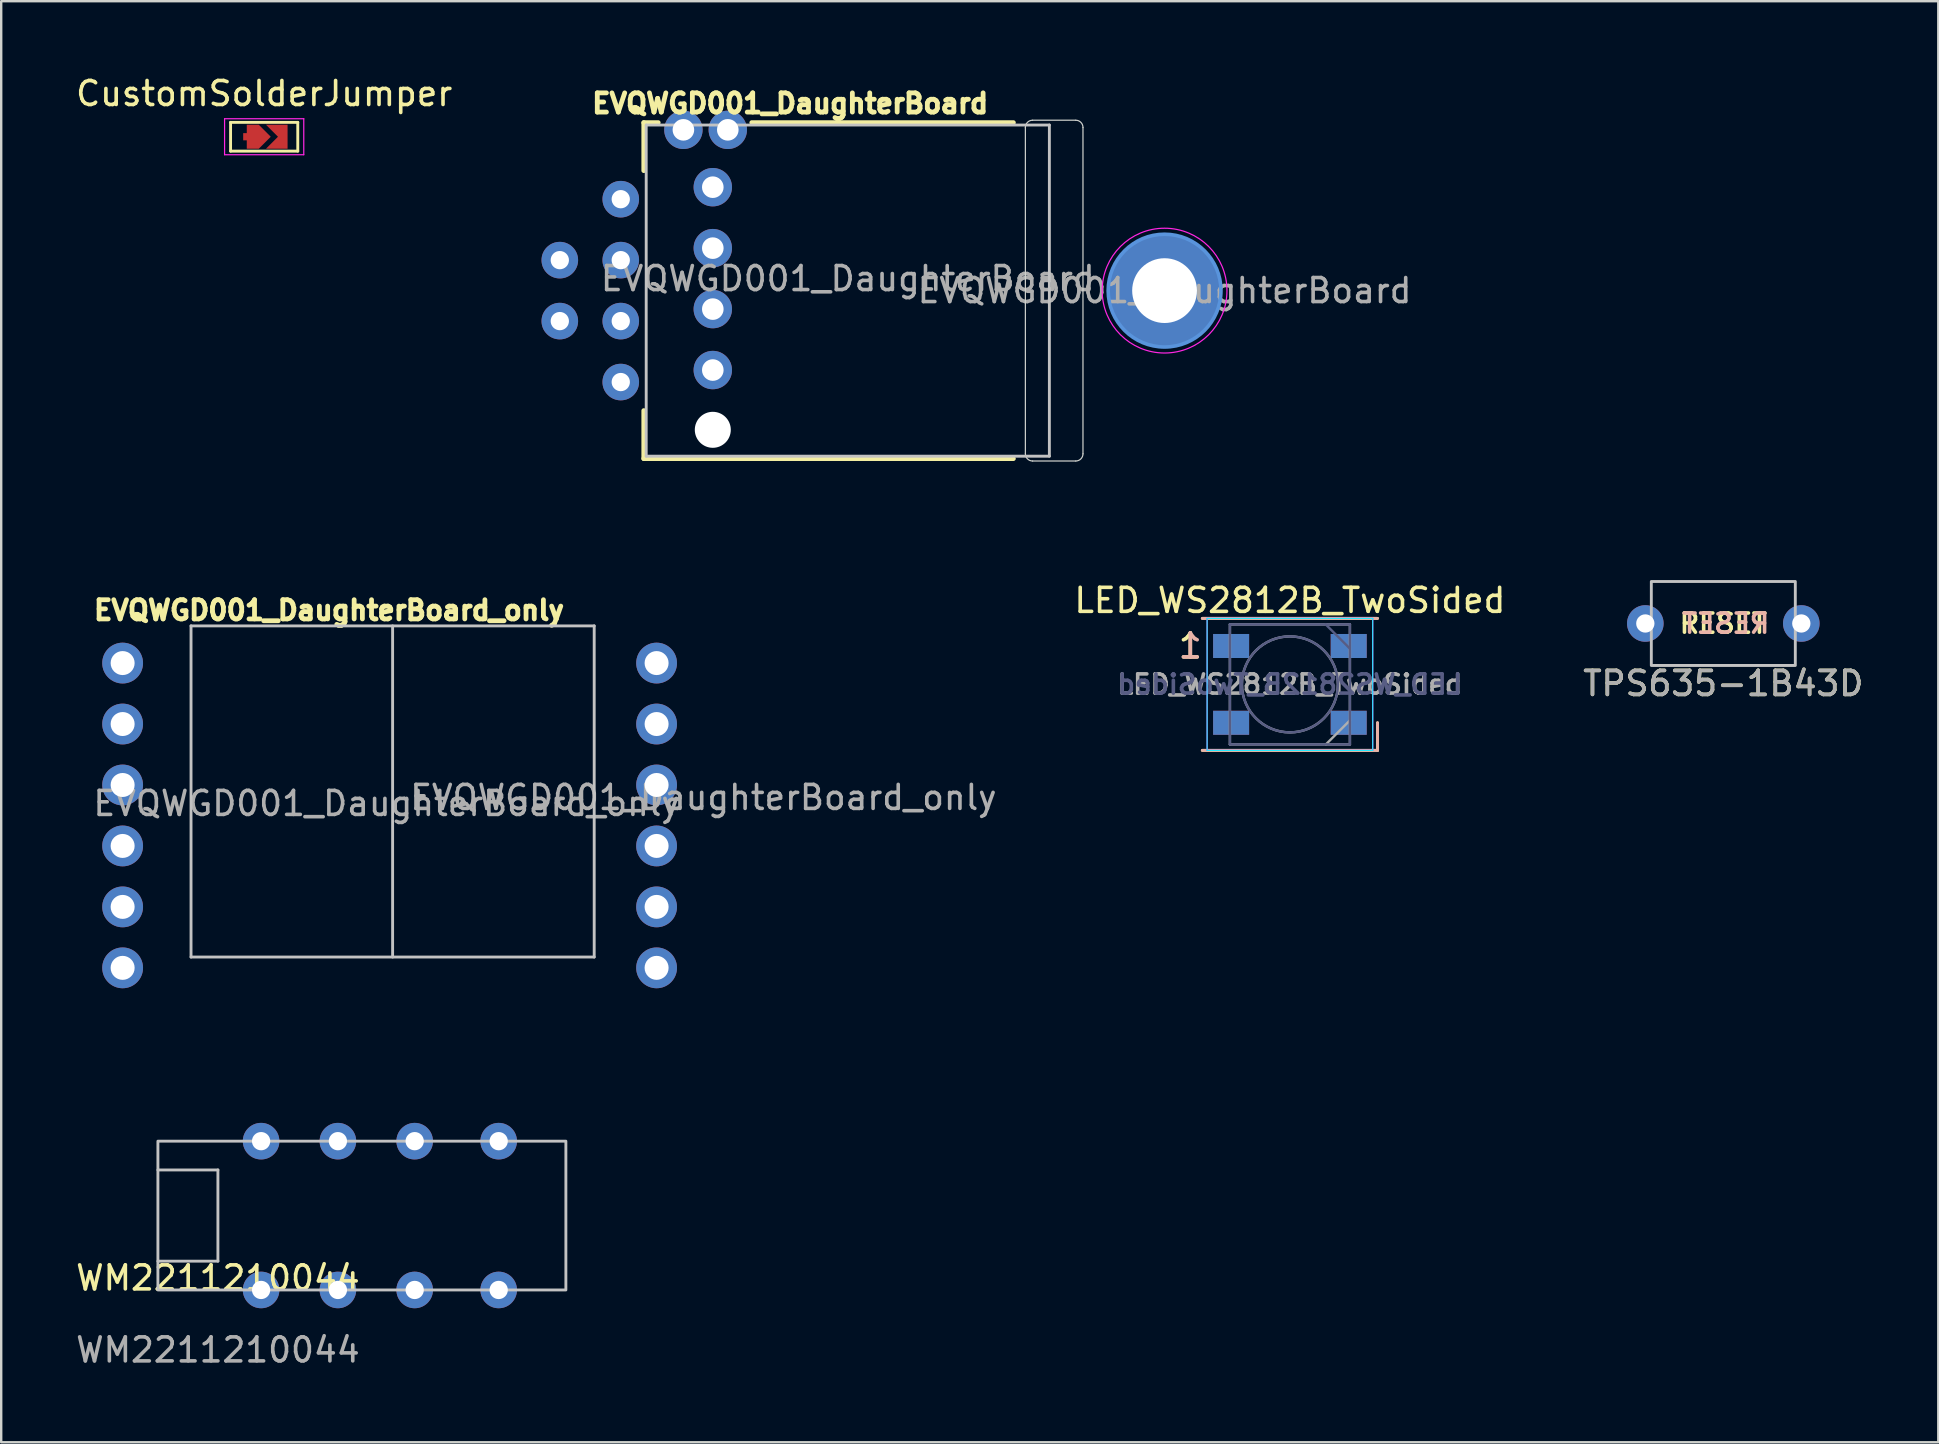
<source format=kicad_pcb>
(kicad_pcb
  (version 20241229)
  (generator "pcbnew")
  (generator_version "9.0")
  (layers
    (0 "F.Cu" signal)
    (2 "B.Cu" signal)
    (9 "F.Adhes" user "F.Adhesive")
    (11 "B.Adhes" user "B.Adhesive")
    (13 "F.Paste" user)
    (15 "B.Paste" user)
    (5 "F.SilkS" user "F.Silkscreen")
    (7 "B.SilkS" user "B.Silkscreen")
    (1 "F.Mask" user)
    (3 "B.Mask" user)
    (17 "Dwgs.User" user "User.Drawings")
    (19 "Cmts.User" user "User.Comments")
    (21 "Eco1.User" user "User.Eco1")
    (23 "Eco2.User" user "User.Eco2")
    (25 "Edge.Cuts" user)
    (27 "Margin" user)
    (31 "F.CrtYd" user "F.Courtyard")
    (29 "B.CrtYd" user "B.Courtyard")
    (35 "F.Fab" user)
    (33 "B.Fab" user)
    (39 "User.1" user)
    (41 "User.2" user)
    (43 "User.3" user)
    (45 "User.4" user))
  (footprint "TPS635-1B43D"
    (layer "F.Cu")
    (at 68.76 22.93)
    (property "Reference" "TPS635-1B43D" (at 0 2.5 0) (unlocked yes) (layer "F.SilkS") (effects (font (size 1 1) (thickness 0.15))))
    (attr through_hole)
    (fp_rect (start -3 -1.75) (end 3 1.75) (stroke (width 0.12) (type solid)) (fill no) (layer "Dwgs.User"))
    (fp_text user "RESET" (at 0 0 0) (layer "F.SilkS") (effects (font (size 0.8 0.8) (thickness 0.15))))
    (fp_text user "RESET" (at 0.1 0 0) (layer "B.SilkS") (effects (font (size 0.8 0.8) (thickness 0.15)) (justify mirror)))
    (fp_text user "${REFERENCE}" (at 0 2.5 0) (unlocked yes) (layer "F.Fab") (effects (font (size 1 1) (thickness 0.15))))
    (pad "1" thru_hole circle (at -3.25 0) (size 1.524 1.524) (drill 0.762) (layers "*.Cu" "*.Mask"))
    (pad "2" thru_hole circle (at 3.25 0) (size 1.524 1.524) (drill 0.762) (layers "*.Cu" "*.Mask")))
  (footprint "EVQWGD001_DaughterBoard"
    (layer "F.Cu")
    (at 32.977 9.06)
    (property "Reference" "EVQWGD001_DaughterBoard" (at -0.7 -0.5 0) (layer "F.Fab") (effects (font (size 1 1) (thickness 0.15))))
    (attr through_hole)
    (fp_line (start -9.2 -7) (end -9.2 -5) (stroke (width 0.2) (type solid)) (layer "F.SilkS"))
    (fp_line (start -9.2 5) (end -9.2 7) (stroke (width 0.2) (type solid)) (layer "F.SilkS"))
    (fp_line (start -9.2 7) (end 6.2 7) (stroke (width 0.2) (type solid)) (layer "F.SilkS"))
    (fp_line (start -8.6 -7) (end -9.2 -7) (stroke (width 0.2) (type solid)) (layer "F.SilkS"))
    (fp_line (start 6.2 -7) (end -4.7 -7) (stroke (width 0.2) (type solid)) (layer "F.SilkS"))
    (fp_line (start -9.1 -6.9) (end 7.7 -6.9) (stroke (width 0.12) (type solid)) (layer "Dwgs.User"))
    (fp_line (start -9.1 6.9) (end -9.1 -6.9) (stroke (width 0.12) (type solid)) (layer "Dwgs.User"))
    (fp_line (start 7.7 -6.9) (end 7.7 6.9) (stroke (width 0.12) (type solid)) (layer "Dwgs.User"))
    (fp_line (start 7.7 6.9) (end -9.1 6.9) (stroke (width 0.12) (type solid)) (layer "Dwgs.User"))
    (fp_circle (center 12.5 0) (end 14.85 0) (stroke (width 0.15) (type solid)) (fill no) (layer "Cmts.User"))
    (fp_line (start -14 1) (end -14 -1) (stroke (width 0.12) (type solid)) (layer "Eco1.User"))
    (fp_line (start 8 9) (end -6 9) (stroke (width 0.12) (type solid)) (layer "Eco1.User"))
    (fp_line (start 8 -9) (end -6 -9) (stroke (width 0.12) (type solid)) (layer "Eco1.User"))
    (fp_line (start 11 -6.08) (end 11 -4) (stroke (width 0.12) (type solid)) (layer "Eco1.User"))
    (fp_line (start 11 4) (end 11 6) (stroke (width 0.12) (type solid)) (layer "Eco1.User"))
    (fp_line (start 12.5 -3) (end 12 -3) (stroke (width 0.12) (type solid)) (layer "Eco1.User"))
    (fp_line (start 12.5 3) (end 12 3) (stroke (width 0.12) (type solid)) (layer "Eco1.User"))
    (fp_arc (start -14.000001 -1.000001) (mid -11.656855 -6.656855) (end -6.000001 -9.000001) (stroke (width 0.12) (type solid)) (layer "Eco1.User"))
    (fp_arc (start -6.000001 9.000001) (mid -11.656855 6.656855) (end -14.000001 1.000001) (stroke (width 0.12) (type solid)) (layer "Eco1.User"))
    (fp_arc (start 8.00001 -9) (mid 10.093231 -8.149476) (end 11 -6.08) (stroke (width 0.12) (type solid)) (layer "Eco1.User"))
    (fp_arc (start 11 4) (mid 11.292893 3.292893) (end 12 3) (stroke (width 0.12) (type solid)) (layer "Eco1.User"))
    (fp_arc (start 11 6.000008) (mid 10.097702 8.097708) (end 8 9) (stroke (width 0.12) (type solid)) (layer "Eco1.User"))
    (fp_arc (start 12 -3) (mid 11.292893 -3.292893) (end 11 -4) (stroke (width 0.12) (type solid)) (layer "Eco1.User"))
    (fp_arc (start 12.5 -3) (mid 15.5 0) (end 12.5 3) (stroke (width 0.12) (type solid)) (layer "Eco1.User"))
    (fp_line (start 6.7 -6.8) (end 6.7 6.8) (stroke (width 0.05) (type solid)) (layer "Edge.Cuts"))
    (fp_line (start 7 7.1) (end 8.8 7.1) (stroke (width 0.05) (type solid)) (layer "Edge.Cuts"))
    (fp_line (start 8.8 -7.1) (end 7 -7.1) (stroke (width 0.05) (type solid)) (layer "Edge.Cuts"))
    (fp_line (start 9.1 6.8) (end 9.1 -6.8) (stroke (width 0.05) (type solid)) (layer "Edge.Cuts"))
    (fp_arc (start 6.7 -6.8) (mid 6.787868 -7.012132) (end 7 -7.1) (stroke (width 0.05) (type solid)) (layer "Edge.Cuts"))
    (fp_arc (start 7 7.1) (mid 6.787868 7.012132) (end 6.7 6.8) (stroke (width 0.05) (type solid)) (layer "Edge.Cuts"))
    (fp_arc (start 8.8 -7.1) (mid 9.012132 -7.012132) (end 9.1 -6.8) (stroke (width 0.05) (type solid)) (layer "Edge.Cuts"))
    (fp_arc (start 9.1 6.8) (mid 9.012132 7.012132) (end 8.8 7.1) (stroke (width 0.05) (type solid)) (layer "Edge.Cuts"))
    (fp_circle (center 12.5 0) (end 15.1 0) (stroke (width 0.05) (type solid)) (fill no) (layer "F.CrtYd"))
    (fp_text user "${REFERENCE}" (at -3.1 -7.8 0) (layer "F.SilkS") (effects (font (size 0.8 0.8) (thickness 0.2))))
    (fp_text user "${REFERENCE}" (at 12.5 0 0) (layer "F.Fab") (effects (font (size 1 1) (thickness 0.15))))
    (pad "" np_thru_hole circle (at -6.325 5.8) (size 1.5 1.5) (drill 1.5) (layers "*.Cu" "*.Mask"))
    (pad "1" thru_hole circle (at 12.5 0) (size 4.7 4.7) (drill 2.7) (layers "*.Cu" "*.Mask"))
    (pad "A" thru_hole circle (at -12.7 -1.27) (size 1.524 1.524) (drill 0.762) (layers "*.Cu" "*.Mask"))
    (pad "A" thru_hole circle (at -6.325 -4.31) (size 1.6 1.6) (drill 0.9) (layers "*.Cu" "*.Mask"))
    (pad "B" thru_hole circle (at -10.16 1.27) (size 1.524 1.524) (drill 0.762) (layers "*.Cu" "*.Mask"))
    (pad "B" thru_hole circle (at -6.325 -1.77) (size 1.6 1.6) (drill 0.9) (layers "*.Cu" "*.Mask"))
    (pad "C" thru_hole circle (at -12.7 1.27) (size 1.524 1.524) (drill 0.762) (layers "*.Cu" "*.Mask"))
    (pad "C" thru_hole circle (at -6.325 0.77) (size 1.6 1.6) (drill 0.9) (layers "*.Cu" "*.Mask"))
    (pad "D" thru_hole circle (at -10.16 3.81) (size 1.524 1.524) (drill 0.762) (layers "*.Cu" "*.Mask"))
    (pad "D" thru_hole circle (at -6.325 3.31) (size 1.6 1.6) (drill 0.9) (layers "*.Cu" "*.Mask"))
    (pad "S1" thru_hole circle (at -10.16 -1.27) (size 1.524 1.524) (drill 0.762) (layers "*.Cu" "*.Mask"))
    (pad "S1" thru_hole circle (at -7.55 -6.7) (size 1.6 1.6) (drill 0.9) (layers "*.Cu" "*.Mask"))
    (pad "S2" thru_hole circle (at -10.16 -3.81) (size 1.524 1.524) (drill 0.762) (layers "*.Cu" "*.Mask"))
    (pad "S2" thru_hole circle (at -5.7 -6.7) (size 1.6 1.6) (drill 0.9) (layers "*.Cu" "*.Mask")))
  (footprint "CustomSolderJumper"
    (layer "F.Cu")
    (at 7.958 2.648)
    (property "Reference" "CustomSolderJumper" (at 0 -1.8 0) (layer "F.SilkS") (effects (font (size 1 1) (thickness 0.15))))
    (attr exclude_from_pos_files exclude_from_bom)
    (fp_line (start -1.4 -0.6) (end 1.4 -0.6) (stroke (width 0.12) (type solid)) (layer "F.SilkS"))
    (fp_line (start -1.4 0.6) (end -1.4 -0.6) (stroke (width 0.12) (type solid)) (layer "F.SilkS"))
    (fp_line (start 1.4 -0.6) (end 1.4 0.6) (stroke (width 0.12) (type solid)) (layer "F.SilkS"))
    (fp_line (start 1.4 0.6) (end -1.4 0.6) (stroke (width 0.12) (type solid)) (layer "F.SilkS"))
    (fp_line (start -1.65 -0.75) (end -1.65 0.75) (stroke (width 0.05) (type solid)) (layer "F.CrtYd"))
    (fp_line (start -1.65 -0.75) (end 1.65 -0.75) (stroke (width 0.05) (type solid)) (layer "F.CrtYd"))
    (fp_line (start 1.65 0.75) (end -1.65 0.75) (stroke (width 0.05) (type solid)) (layer "F.CrtYd"))
    (fp_line (start 1.65 0.75) (end 1.65 -0.75) (stroke (width 0.05) (type solid)) (layer "F.CrtYd"))
    (pad "1" smd custom (at -0.725 0) (size 0.3 0.3) (layers "F.Cu" "F.Mask") (options (anchor rect)) (primitives (gr_poly (pts (xy 1 0) (xy 0.5 0.5) (xy 0 0.5) (xy 0 -0.5) (xy 0.5 -0.5)) (width 0) (fill yes))))
    (pad "2" smd custom (at 0.725 0) (size 0.3 0.3) (layers "F.Cu" "F.Mask") (options (anchor rect)) (primitives (gr_poly (pts (xy 0.25 0.5) (xy -0.65 0.5) (xy -0.15 0) (xy -0.65 -0.5) (xy 0.25 -0.5)) (width 0) (fill yes)))))
  (footprint "LED_WS2812B_TwoSided"
    (layer "F.Cu")
    (at 50.7 25.468)
    (property "Reference" "LED_WS2812B_TwoSided" (at 0 -3.5 0) (layer "F.SilkS") (effects (font (size 1 1) (thickness 0.15))))
    (attr smd)
    (fp_line (start -3.65 -2.75) (end 3.65 -2.75) (stroke (width 0.12) (type solid)) (layer "F.SilkS"))
    (fp_line (start -3.65 2.75) (end 3.65 2.75) (stroke (width 0.12) (type solid)) (layer "F.SilkS"))
    (fp_line (start 3.65 2.75) (end 3.65 1.6) (stroke (width 0.12) (type solid)) (layer "F.SilkS"))
    (fp_line (start -3.65 -2.75) (end 3.65 -2.75) (stroke (width 0.12) (type solid)) (layer "B.SilkS"))
    (fp_line (start -3.65 2.75) (end 3.65 2.75) (stroke (width 0.12) (type solid)) (layer "B.SilkS"))
    (fp_line (start 3.65 2.75) (end 3.65 1.6) (stroke (width 0.12) (type solid)) (layer "B.SilkS"))
    (fp_line (start -3.45 -2.75) (end -3.45 2.75) (stroke (width 0.05) (type solid)) (layer "B.CrtYd"))
    (fp_line (start -3.45 2.75) (end 3.45 2.75) (stroke (width 0.05) (type solid)) (layer "B.CrtYd"))
    (fp_line (start 3.45 -2.75) (end -3.45 -2.75) (stroke (width 0.05) (type solid)) (layer "B.CrtYd"))
    (fp_line (start 3.45 2.75) (end 3.45 -2.75) (stroke (width 0.05) (type solid)) (layer "B.CrtYd"))
    (fp_line (start -3.45 -2.75) (end -3.45 2.75) (stroke (width 0.05) (type solid)) (layer "F.CrtYd"))
    (fp_line (start -3.45 2.75) (end 3.45 2.75) (stroke (width 0.05) (type solid)) (layer "F.CrtYd"))
    (fp_line (start 3.45 -2.75) (end -3.45 -2.75) (stroke (width 0.05) (type solid)) (layer "F.CrtYd"))
    (fp_line (start 3.45 2.75) (end 3.45 -2.75) (stroke (width 0.05) (type solid)) (layer "F.CrtYd"))
    (fp_line (start -2.5 -2.5) (end -2.5 2.5) (stroke (width 0.1) (type solid)) (layer "B.Fab"))
    (fp_line (start -2.5 2.5) (end 2.5 2.5) (stroke (width 0.1) (type solid)) (layer "B.Fab"))
    (fp_line (start 1.49 -2.5) (end 2.49 -1.5) (stroke (width 0.1) (type solid)) (layer "B.Fab"))
    (fp_line (start 2.5 -2.5) (end -2.5 -2.5) (stroke (width 0.1) (type solid)) (layer "B.Fab"))
    (fp_line (start 2.5 2.5) (end 2.5 -2.5) (stroke (width 0.1) (type solid)) (layer "B.Fab"))
    (fp_circle (center 0 0) (end 0 -2) (stroke (width 0.1) (type solid)) (fill no) (layer "B.Fab"))
    (fp_line (start -2.5 -2.5) (end -2.5 2.5) (stroke (width 0.1) (type solid)) (layer "F.Fab"))
    (fp_line (start -2.5 2.5) (end 2.5 2.5) (stroke (width 0.1) (type solid)) (layer "F.Fab"))
    (fp_line (start 2.5 -2.5) (end -2.5 -2.5) (stroke (width 0.1) (type solid)) (layer "F.Fab"))
    (fp_line (start 2.5 1.5) (end 1.5 2.5) (stroke (width 0.1) (type solid)) (layer "F.Fab"))
    (fp_line (start 2.5 2.5) (end 2.5 -2.5) (stroke (width 0.1) (type solid)) (layer "F.Fab"))
    (fp_circle (center 0 0) (end 0 -2) (stroke (width 0.1) (type solid)) (fill no) (layer "F.Fab"))
    (fp_text user "1" (at -4.15 -1.6 0) (layer "F.SilkS") (effects (font (size 1 1) (thickness 0.15))))
    (fp_text user "1" (at -4.15 -1.6 0) (layer "B.SilkS") (effects (font (size 1 1) (thickness 0.15)) (justify mirror)))
    (fp_text user "${REFERENCE}" (at 0 0 0) (layer "B.Fab") (effects (font (size 0.8 0.8) (thickness 0.15)) (justify mirror)))
    (fp_text user "${REFERENCE}" (at 0 0 0) (layer "F.Fab") (effects (font (size 0.8 0.8) (thickness 0.15))))
    (pad "1" smd rect (at -2.45 -1.6) (size 1.5 1) (layers "F.Cu" "F.Mask" "F.Paste"))
    (pad "1" smd rect (at -2.45 1.6) (size 1.5 1) (layers "B.Cu" "B.Mask" "B.Paste"))
    (pad "2" smd rect (at -2.45 -1.6) (size 1.5 1) (layers "B.Cu" "B.Mask" "B.Paste"))
    (pad "2" smd rect (at -2.45 1.6) (size 1.5 1) (layers "F.Cu" "F.Mask" "F.Paste"))
    (pad "3" smd rect (at 2.45 -1.6) (size 1.5 1) (layers "B.Cu" "B.Mask" "B.Paste"))
    (pad "3" smd rect (at 2.45 1.6) (size 1.5 1) (layers "F.Cu" "F.Mask" "F.Paste"))
    (pad "4" smd rect (at 2.45 -1.6) (size 1.5 1) (layers "F.Cu" "F.Mask" "F.Paste"))
    (pad "4" smd rect (at 2.45 1.6) (size 1.5 1) (layers "B.Cu" "B.Mask" "B.Paste")))
  (footprint "WM2211210044"
    (layer "F.Cu")
    (at 6.03 50.702)
    (property "Reference" "WM2211210044" (at 0 -0.5 0) (unlocked yes) (layer "F.SilkS") (effects (font (size 1 1) (thickness 0.15))))
    (attr through_hole)
    (fp_line (start -2.5 -1.2) (end 0 -1.2) (stroke (width 0.12) (type solid)) (layer "Dwgs.User"))
    (fp_line (start 0 -5) (end -2.5 -5) (stroke (width 0.12) (type solid)) (layer "Dwgs.User"))
    (fp_line (start 0 -1.2) (end 0 -5) (stroke (width 0.12) (type solid)) (layer "Dwgs.User"))
    (fp_rect (start -2.5 0) (end 14.5 -6.2) (stroke (width 0.12) (type solid)) (fill no) (layer "Dwgs.User"))
    (fp_text user "${REFERENCE}" (at 0 2.5 0) (unlocked yes) (layer "F.Fab") (effects (font (size 1 1) (thickness 0.15))))
    (pad "1" thru_hole circle (at 1.8 -6.2) (size 1.524 1.524) (drill 0.762) (layers "*.Cu" "*.Mask"))
    (pad "1" thru_hole circle (at 1.8 0) (size 1.524 1.524) (drill 0.762) (layers "*.Cu" "*.Mask"))
    (pad "2" thru_hole circle (at 5 -6.2) (size 1.524 1.524) (drill 0.762) (layers "*.Cu" "*.Mask"))
    (pad "2" thru_hole circle (at 5 0) (size 1.524 1.524) (drill 0.762) (layers "*.Cu" "*.Mask"))
    (pad "3" thru_hole circle (at 8.2 -6.2) (size 1.524 1.524) (drill 0.762) (layers "*.Cu" "*.Mask"))
    (pad "3" thru_hole circle (at 8.2 0) (size 1.524 1.524) (drill 0.762) (layers "*.Cu" "*.Mask"))
    (pad "4" thru_hole circle (at 11.7 -6.2) (size 1.524 1.524) (drill 0.762) (layers "*.Cu" "*.Mask"))
    (pad "4" thru_hole circle (at 11.7 0) (size 1.524 1.524) (drill 0.762) (layers "*.Cu" "*.Mask")))
  (footprint "EVQWGD001_DaughterBoard_only"
    (layer "F.Cu")
    (at 13.31 30.93)
    (property "Reference" "EVQWGD001_DaughterBoard_only" (at -0.25 -0.5 0) (layer "F.Fab") (effects (font (size 1 1) (thickness 0.15))))
    (attr through_hole)
    (fp_line (start -8.4 -7.9) (end 8.4 -7.9) (stroke (width 0.12) (type solid)) (layer "Dwgs.User"))
    (fp_line (start -8.4 5.9) (end -8.4 -7.9) (stroke (width 0.12) (type solid)) (layer "Dwgs.User"))
    (fp_line (start 0 -7.9) (end 0 5.9) (stroke (width 0.12) (type solid)) (layer "Dwgs.User"))
    (fp_line (start 8.4 -7.9) (end 8.4 5.9) (stroke (width 0.12) (type solid)) (layer "Dwgs.User"))
    (fp_line (start 8.4 5.9) (end -8.4 5.9) (stroke (width 0.12) (type solid)) (layer "Dwgs.User"))
    (fp_line (start -13.25 7.75) (end -13.25 -7.75) (stroke (width 0.12) (type solid)) (layer "Eco1.User"))
    (fp_line (start 11 -9.75) (end -11.25 -9.75) (stroke (width 0.12) (type solid)) (layer "Eco1.User"))
    (fp_line (start 11 9.75) (end -11.25 9.75) (stroke (width 0.12) (type solid)) (layer "Eco1.User"))
    (fp_line (start 13 -7.75) (end 13 7.75) (stroke (width 0.12) (type solid)) (layer "Eco1.User"))
    (fp_arc (start -13.249999 -7.749999) (mid -12.664213 -9.164213) (end -11.249999 -9.749999) (stroke (width 0.12) (type solid)) (layer "Eco1.User"))
    (fp_arc (start -11.249999 9.749999) (mid -12.664213 9.164213) (end -13.249999 7.749999) (stroke (width 0.12) (type solid)) (layer "Eco1.User"))
    (fp_arc (start 11 -9.75) (mid 12.414214 -9.164214) (end 13 -7.75) (stroke (width 0.12) (type solid)) (layer "Eco1.User"))
    (fp_arc (start 13 7.75) (mid 12.414214 9.164214) (end 11 9.75) (stroke (width 0.12) (type solid)) (layer "Eco1.User"))
    (fp_line (start 6.95 -7.9) (end 6.95 5.9) (stroke (width 0.12) (type solid)) (layer "User.1"))
    (fp_line (start 9.35 -7.9) (end 9.35 5.9) (stroke (width 0.12) (type solid)) (layer "User.1"))
    (fp_text user "${REFERENCE}" (at -2.65 -8.55 0) (layer "F.SilkS") (effects (font (size 0.8 0.8) (thickness 0.2))))
    (fp_text user "${REFERENCE}" (at 12.95 -0.75 0) (layer "F.Fab") (effects (font (size 1 1) (thickness 0.15))))
    (pad "A" thru_hole circle (at -11.25 -1.27) (size 1.7 1.7) (drill 1) (layers "*.Cu" "*.Mask"))
    (pad "A" thru_hole circle (at 11 1.27 180) (size 1.7 1.7) (drill 1) (layers "*.Cu" "*.Mask"))
    (pad "B" thru_hole circle (at -11.25 1.27) (size 1.7 1.7) (drill 1) (layers "*.Cu" "*.Mask"))
    (pad "B" thru_hole circle (at 11 -1.27 180) (size 1.7 1.7) (drill 1) (layers "*.Cu" "*.Mask"))
    (pad "C" thru_hole circle (at -11.25 3.81) (size 1.7 1.7) (drill 1) (layers "*.Cu" "*.Mask"))
    (pad "C" thru_hole circle (at 11 -3.81 180) (size 1.7 1.7) (drill 1) (layers "*.Cu" "*.Mask"))
    (pad "D" thru_hole circle (at -11.25 6.35) (size 1.7 1.7) (drill 1) (layers "*.Cu" "*.Mask"))
    (pad "D" thru_hole circle (at 11 -6.35 180) (size 1.7 1.7) (drill 1) (layers "*.Cu" "*.Mask"))
    (pad "S1" thru_hole circle (at -11.25 -6.35) (size 1.7 1.7) (drill 1) (layers "*.Cu" "*.Mask"))
    (pad "S1" thru_hole circle (at 11 6.35 180) (size 1.7 1.7) (drill 1) (layers "*.Cu" "*.Mask"))
    (pad "S2" thru_hole circle (at -11.25 -3.81) (size 1.7 1.7) (drill 1) (layers "*.Cu" "*.Mask"))
    (pad "S2" thru_hole circle (at 11 3.81 180) (size 1.7 1.7) (drill 1) (layers "*.Cu" "*.Mask")))
  (gr_rect
    (start -3 -3)
    (end 77.718 57.05)
    (stroke (width 0.1) (type default))
    (fill no)
    (layer "Edge.Cuts")))
</source>
